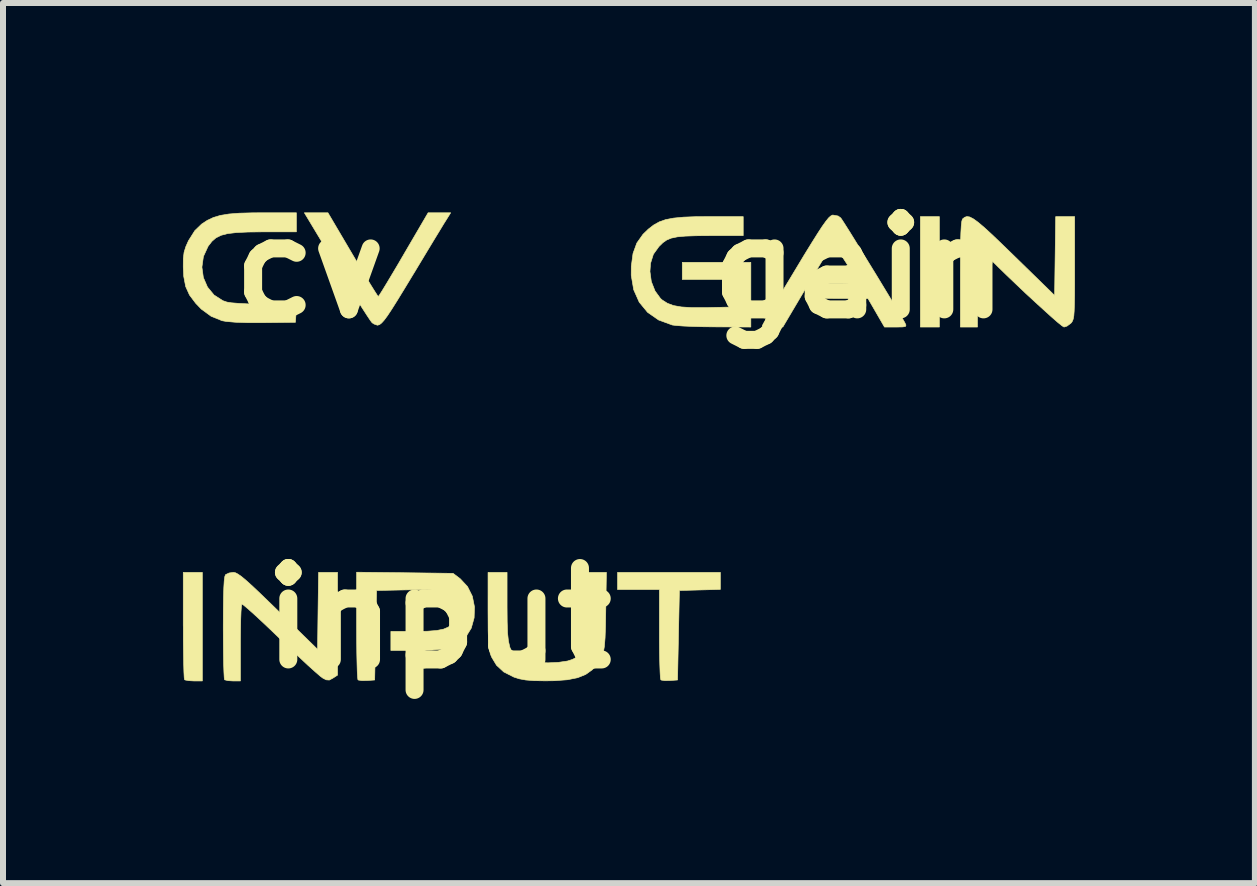
<source format=kicad_pcb>
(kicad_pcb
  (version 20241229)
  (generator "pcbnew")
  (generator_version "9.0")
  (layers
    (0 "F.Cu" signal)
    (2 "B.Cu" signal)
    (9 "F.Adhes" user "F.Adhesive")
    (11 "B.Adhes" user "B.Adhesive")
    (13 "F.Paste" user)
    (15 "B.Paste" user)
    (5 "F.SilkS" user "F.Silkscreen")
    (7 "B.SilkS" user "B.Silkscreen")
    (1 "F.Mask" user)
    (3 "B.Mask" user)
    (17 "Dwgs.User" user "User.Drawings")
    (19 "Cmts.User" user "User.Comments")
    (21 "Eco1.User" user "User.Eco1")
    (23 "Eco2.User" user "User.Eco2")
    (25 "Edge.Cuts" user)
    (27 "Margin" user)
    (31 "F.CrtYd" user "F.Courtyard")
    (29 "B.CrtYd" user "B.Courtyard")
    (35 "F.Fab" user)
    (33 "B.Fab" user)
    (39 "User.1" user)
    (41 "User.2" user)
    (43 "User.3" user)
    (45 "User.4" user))
  (footprint "input"
    (layer "F.Cu")
    (at 4.26 7.254)
    (property "Reference" "input" (at 0 0 0) (layer "F.SilkS") (effects (font (size 1.524 1.524) (thickness 0.3))))
    (attr through_hole)
    (fp_poly (pts (xy -3.937 1.048) (xy -4.075 1.048) (xy -4.164 1.043) (xy -4.223 1.032) (xy -4.233 1.027) (xy -4.239 0.991) (xy -4.244 0.899) (xy -4.248 0.761) (xy -4.251 0.584) (xy -4.254 0.378) (xy -4.254 0.149) (xy -4.255 0.122) (xy -4.255 -0.762) (xy -3.937 -0.762) (xy -3.937 1.048)) (stroke (width 0.01) (type solid)) (fill yes) (layer "F.SilkS"))
    (fp_poly (pts (xy 4.699 -0.478) (xy 4.358 -0.469) (xy 4.016 -0.46) (xy 3.985 1.032) (xy 3.856 1.041) (xy 3.77 1.042) (xy 3.713 1.033) (xy 3.706 1.028) (xy 3.699 0.991) (xy 3.694 0.9) (xy 3.689 0.764) (xy 3.685 0.591) (xy 3.683 0.392) (xy 3.683 0.265) (xy 3.683 -0.476) (xy 2.985 -0.476) (xy 2.985 -0.762) (xy 4.699 -0.762) (xy 4.699 -0.478)) (stroke (width 0.01) (type solid)) (fill yes) (layer "F.SilkS"))
    (fp_poly (pts (xy -0.561 -0.756) (xy 0.243 -0.746) (xy 0.363 -0.655) (xy 0.484 -0.525) (xy 0.564 -0.365) (xy 0.6 -0.186) (xy 0.594 -0.004) (xy 0.546 0.168) (xy 0.454 0.316) (xy 0.377 0.39) (xy 0.285 0.448) (xy 0.181 0.49) (xy 0.053 0.518) (xy -0.111 0.533) (xy -0.323 0.539) (xy -0.389 0.54) (xy -0.794 0.54) (xy -0.794 0.222) (xy -0.402 0.222) (xy -0.189 0.219) (xy -0.03 0.207) (xy 0.085 0.184) (xy 0.166 0.149) (xy 0.221 0.098) (xy 0.236 0.078) (xy 0.281 -0.039) (xy 0.285 -0.172) (xy 0.249 -0.294) (xy 0.203 -0.36) (xy 0.155 -0.402) (xy 0.1 -0.433) (xy 0.029 -0.454) (xy -0.069 -0.467) (xy -0.203 -0.472) (xy -0.382 -0.473) (xy -0.556 -0.47) (xy -1.032 -0.46) (xy -1.064 1.032) (xy -1.192 1.041) (xy -1.278 1.042) (xy -1.335 1.033) (xy -1.343 1.028) (xy -1.348 0.992) (xy -1.354 0.9) (xy -1.358 0.761) (xy -1.362 0.584) (xy -1.364 0.377) (xy -1.365 0.148) (xy -1.365 0.12) (xy -1.365 -0.765) (xy -0.561 -0.756)) (stroke (width 0.01) (type solid)) (fill yes) (layer "F.SilkS"))
    (fp_poly (pts (xy -3.386 -0.756) (xy -3.342 -0.733) (xy -3.282 -0.691) (xy -3.201 -0.623) (xy -3.095 -0.527) (xy -2.957 -0.396) (xy -2.782 -0.227) (xy -2.672 -0.12) (xy -2.016 0.521) (xy -2.008 -0.12) (xy -1.999 -0.762) (xy -1.683 -0.762) (xy -1.683 0.951) (xy -1.76 1.001) (xy -1.82 1.033) (xy -1.872 1.029) (xy -1.926 1.002) (xy -1.973 0.967) (xy -2.057 0.894) (xy -2.173 0.79) (xy -2.313 0.659) (xy -2.471 0.51) (xy -2.635 0.352) (xy -2.798 0.195) (xy -2.947 0.054) (xy -3.076 -0.065) (xy -3.178 -0.156) (xy -3.247 -0.214) (xy -3.277 -0.234) (xy -3.278 -0.234) (xy -3.285 -0.199) (xy -3.292 -0.11) (xy -3.297 0.022) (xy -3.3 0.189) (xy -3.302 0.38) (xy -3.302 0.415) (xy -3.302 1.048) (xy -3.424 1.048) (xy -3.508 1.043) (xy -3.561 1.03) (xy -3.567 1.027) (xy -3.572 0.99) (xy -3.577 0.899) (xy -3.582 0.762) (xy -3.585 0.586) (xy -3.587 0.381) (xy -3.588 0.16) (xy -3.587 -0.119) (xy -3.584 -0.34) (xy -3.579 -0.506) (xy -3.572 -0.622) (xy -3.562 -0.694) (xy -3.55 -0.724) (xy -3.491 -0.752) (xy -3.42 -0.762) (xy -3.386 -0.756)) (stroke (width 0.01) (type solid)) (fill yes) (layer "F.SilkS"))
    (fp_poly (pts (xy 1.143 -0.183) (xy 1.145 0.058) (xy 1.151 0.244) (xy 1.166 0.384) (xy 1.19 0.488) (xy 1.226 0.563) (xy 1.277 0.618) (xy 1.345 0.663) (xy 1.381 0.682) (xy 1.496 0.718) (xy 1.651 0.739) (xy 1.826 0.746) (xy 1.999 0.738) (xy 2.149 0.716) (xy 2.23 0.69) (xy 2.309 0.651) (xy 2.369 0.604) (xy 2.413 0.542) (xy 2.443 0.455) (xy 2.462 0.335) (xy 2.472 0.173) (xy 2.476 -0.04) (xy 2.476 -0.167) (xy 2.477 -0.762) (xy 2.799 -0.762) (xy 2.788 -0.103) (xy 2.784 0.14) (xy 2.777 0.329) (xy 2.765 0.474) (xy 2.746 0.584) (xy 2.719 0.668) (xy 2.68 0.737) (xy 2.627 0.799) (xy 2.561 0.863) (xy 2.453 0.94) (xy 2.319 0.994) (xy 2.149 1.028) (xy 1.932 1.044) (xy 1.78 1.046) (xy 1.594 1.043) (xy 1.454 1.032) (xy 1.346 1.012) (xy 1.258 0.984) (xy 1.088 0.898) (xy 0.967 0.786) (xy 0.886 0.651) (xy 0.865 0.599) (xy 0.85 0.539) (xy 0.839 0.46) (xy 0.832 0.352) (xy 0.828 0.206) (xy 0.827 0.012) (xy 0.826 -0.119) (xy 0.826 -0.762) (xy 1.143 -0.762) (xy 1.143 -0.183)) (stroke (width 0.01) (type solid)) (fill yes) (layer "F.SilkS")))
  (footprint "gain"
    (layer "F.Cu")
    (at 11.277 1.418)
    (property "Reference" "gain" (at 0 0 0) (layer "F.SilkS") (effects (font (size 1.524 1.524) (thickness 0.3))))
    (attr through_hole)
    (fp_poly (pts (xy 1.333 0.984) (xy 1.016 0.984) (xy 1.016 -0.857) (xy 1.333 -0.857) (xy 1.333 0.984)) (stroke (width 0.01) (type solid)) (fill yes) (layer "F.SilkS"))
    (fp_poly (pts (xy -1.937 -0.54) (xy -2.493 -0.54) (xy -2.724 -0.538) (xy -2.901 -0.532) (xy -3.034 -0.52) (xy -3.135 -0.499) (xy -3.213 -0.467) (xy -3.277 -0.422) (xy -3.339 -0.361) (xy -3.34 -0.361) (xy -3.435 -0.229) (xy -3.482 -0.079) (xy -3.492 0.058) (xy -3.469 0.226) (xy -3.407 0.383) (xy -3.316 0.508) (xy -3.286 0.534) (xy -3.201 0.588) (xy -3.099 0.626) (xy -2.969 0.649) (xy -2.8 0.66) (xy -2.581 0.66) (xy -2.549 0.66) (xy -2.143 0.651) (xy -2.134 0.421) (xy -2.124 0.191) (xy -2.953 0.191) (xy -2.953 -0.095) (xy -1.81 -0.095) (xy -1.81 0.984) (xy -2.405 0.981) (xy -2.602 0.979) (xy -2.785 0.974) (xy -2.941 0.967) (xy -3.058 0.958) (xy -3.12 0.95) (xy -3.347 0.867) (xy -3.531 0.739) (xy -3.671 0.569) (xy -3.763 0.362) (xy -3.804 0.121) (xy -3.803 -0.028) (xy -3.774 -0.243) (xy -3.711 -0.416) (xy -3.607 -0.563) (xy -3.519 -0.648) (xy -3.43 -0.717) (xy -3.337 -0.769) (xy -3.23 -0.807) (xy -3.099 -0.832) (xy -2.934 -0.848) (xy -2.724 -0.856) (xy -2.502 -0.857) (xy -1.937 -0.857) (xy -1.937 -0.54)) (stroke (width 0.01) (type solid)) (fill yes) (layer "F.SilkS"))
    (fp_poly (pts (xy 1.839 -0.851) (xy 1.899 -0.82) (xy 1.978 -0.763) (xy 2.082 -0.675) (xy 2.215 -0.553) (xy 2.382 -0.393) (xy 2.581 -0.2) (xy 3.254 0.457) (xy 3.263 -0.2) (xy 3.272 -0.857) (xy 3.588 -0.857) (xy 3.588 0) (xy 3.588 0.256) (xy 3.587 0.457) (xy 3.584 0.609) (xy 3.58 0.72) (xy 3.574 0.798) (xy 3.564 0.851) (xy 3.551 0.885) (xy 3.535 0.91) (xy 3.524 0.921) (xy 3.461 0.968) (xy 3.411 0.984) (xy 3.377 0.963) (xy 3.305 0.905) (xy 3.202 0.815) (xy 3.075 0.7) (xy 2.93 0.568) (xy 2.775 0.425) (xy 2.618 0.276) (xy 2.465 0.13) (xy 2.323 -0.008) (xy 2.199 -0.131) (xy 2.129 -0.203) (xy 2.061 -0.269) (xy 2.01 -0.31) (xy 1.994 -0.318) (xy 1.986 -0.287) (xy 1.98 -0.203) (xy 1.974 -0.074) (xy 1.97 0.09) (xy 1.969 0.281) (xy 1.968 0.333) (xy 1.968 0.984) (xy 1.683 0.984) (xy 1.683 0.102) (xy 1.684 -0.184) (xy 1.686 -0.41) (xy 1.691 -0.582) (xy 1.698 -0.704) (xy 1.707 -0.781) (xy 1.719 -0.817) (xy 1.721 -0.819) (xy 1.755 -0.846) (xy 1.792 -0.858) (xy 1.839 -0.851)) (stroke (width 0.01) (type solid)) (fill yes) (layer "F.SilkS"))
    (fp_poly (pts (xy -0.355 -0.867) (xy -0.311 -0.835) (xy -0.285 -0.797) (xy -0.231 -0.713) (xy -0.154 -0.591) (xy -0.06 -0.439) (xy 0.047 -0.265) (xy 0.162 -0.078) (xy 0.28 0.114) (xy 0.395 0.304) (xy 0.503 0.482) (xy 0.599 0.642) (xy 0.678 0.774) (xy 0.734 0.87) (xy 0.758 0.913) (xy 0.776 0.952) (xy 0.768 0.974) (xy 0.723 0.982) (xy 0.628 0.984) (xy 0.607 0.984) (xy 0.418 0.984) (xy 0.143 0.509) (xy -0.294 0.508) (xy -0.452 0.507) (xy -0.585 0.505) (xy -0.68 0.501) (xy -0.727 0.496) (xy -0.73 0.494) (xy -0.716 0.46) (xy -0.679 0.393) (xy -0.664 0.367) (xy -0.597 0.254) (xy -0.314 0.254) (xy -0.189 0.253) (xy -0.093 0.248) (xy -0.038 0.243) (xy -0.032 0.24) (xy -0.048 0.2) (xy -0.09 0.124) (xy -0.15 0.024) (xy -0.221 -0.088) (xy -0.293 -0.198) (xy -0.36 -0.295) (xy -0.411 -0.365) (xy -0.441 -0.397) (xy -0.444 -0.397) (xy -0.466 -0.367) (xy -0.517 -0.289) (xy -0.59 -0.171) (xy -0.681 -0.021) (xy -0.785 0.153) (xy -0.873 0.302) (xy -1.277 0.984) (xy -1.448 0.984) (xy -1.542 0.98) (xy -1.604 0.97) (xy -1.618 0.96) (xy -1.602 0.929) (xy -1.557 0.849) (xy -1.486 0.728) (xy -1.394 0.572) (xy -1.285 0.388) (xy -1.161 0.183) (xy -1.07 0.032) (xy -0.919 -0.219) (xy -0.795 -0.42) (xy -0.697 -0.576) (xy -0.62 -0.694) (xy -0.56 -0.778) (xy -0.515 -0.834) (xy -0.48 -0.866) (xy -0.452 -0.881) (xy -0.443 -0.883) (xy -0.355 -0.867)) (stroke (width 0.01) (type solid)) (fill yes) (layer "F.SilkS")))
  (footprint "cv"
    (layer "F.Cu")
    (at 2.113 1.418)
    (property "Reference" "cv" (at 0 0 0) (layer "F.SilkS") (effects (font (size 1.524 1.524) (thickness 0.3))))
    (attr through_hole)
    (fp_poly (pts (xy 0.716 -0.222) (xy 0.828 -0.033) (xy 0.929 0.136) (xy 1.016 0.279) (xy 1.084 0.388) (xy 1.128 0.456) (xy 1.143 0.475) (xy 1.163 0.449) (xy 1.21 0.375) (xy 1.28 0.26) (xy 1.368 0.113) (xy 1.471 -0.06) (xy 1.566 -0.223) (xy 1.974 -0.921) (xy 2.35 -0.921) (xy 2.271 -0.794) (xy 2.233 -0.734) (xy 2.169 -0.628) (xy 2.081 -0.484) (xy 1.977 -0.312) (xy 1.86 -0.118) (xy 1.736 0.088) (xy 1.727 0.102) (xy 1.581 0.343) (xy 1.464 0.534) (xy 1.371 0.682) (xy 1.299 0.791) (xy 1.243 0.867) (xy 1.2 0.915) (xy 1.166 0.942) (xy 1.137 0.952) (xy 1.127 0.953) (xy 1.074 0.934) (xy 1.041 0.913) (xy 1.013 0.877) (xy 0.957 0.793) (xy 0.876 0.668) (xy 0.776 0.509) (xy 0.661 0.322) (xy 0.534 0.114) (xy 0.451 -0.024) (xy -0.089 -0.921) (xy 0.304 -0.921) (xy 0.716 -0.222)) (stroke (width 0.01) (type solid)) (fill yes) (layer "F.SilkS"))
    (fp_poly (pts (xy -0.222 -0.603) (xy -0.786 -0.603) (xy -1.031 -0.6) (xy -1.222 -0.591) (xy -1.368 -0.574) (xy -1.479 -0.545) (xy -1.563 -0.503) (xy -1.63 -0.445) (xy -1.689 -0.369) (xy -1.695 -0.36) (xy -1.772 -0.192) (xy -1.797 -0.015) (xy -1.773 0.159) (xy -1.704 0.318) (xy -1.595 0.45) (xy -1.449 0.544) (xy -1.38 0.568) (xy -1.305 0.58) (xy -1.181 0.59) (xy -1.022 0.598) (xy -0.842 0.602) (xy -0.736 0.603) (xy -0.219 0.603) (xy -0.228 0.754) (xy -0.238 0.905) (xy -0.778 0.911) (xy -1.035 0.911) (xy -1.24 0.904) (xy -1.39 0.891) (xy -1.462 0.878) (xy -1.644 0.804) (xy -1.808 0.684) (xy -1.901 0.587) (xy -2.004 0.45) (xy -2.068 0.308) (xy -2.1 0.14) (xy -2.108 -0.016) (xy -2.107 -0.158) (xy -2.094 -0.264) (xy -2.064 -0.359) (xy -2.021 -0.455) (xy -1.915 -0.623) (xy -1.801 -0.733) (xy -1.705 -0.796) (xy -1.604 -0.843) (xy -1.489 -0.877) (xy -1.35 -0.9) (xy -1.174 -0.914) (xy -0.953 -0.92) (xy -0.788 -0.921) (xy -0.222 -0.921) (xy -0.222 -0.603)) (stroke (width 0.01) (type solid)) (fill yes) (layer "F.SilkS")))
  (gr_rect
    (start -3 -3)
    (end 17.87 11.672)
    (stroke (width 0.1) (type default))
    (fill no)
    (layer "Edge.Cuts")))
</source>
